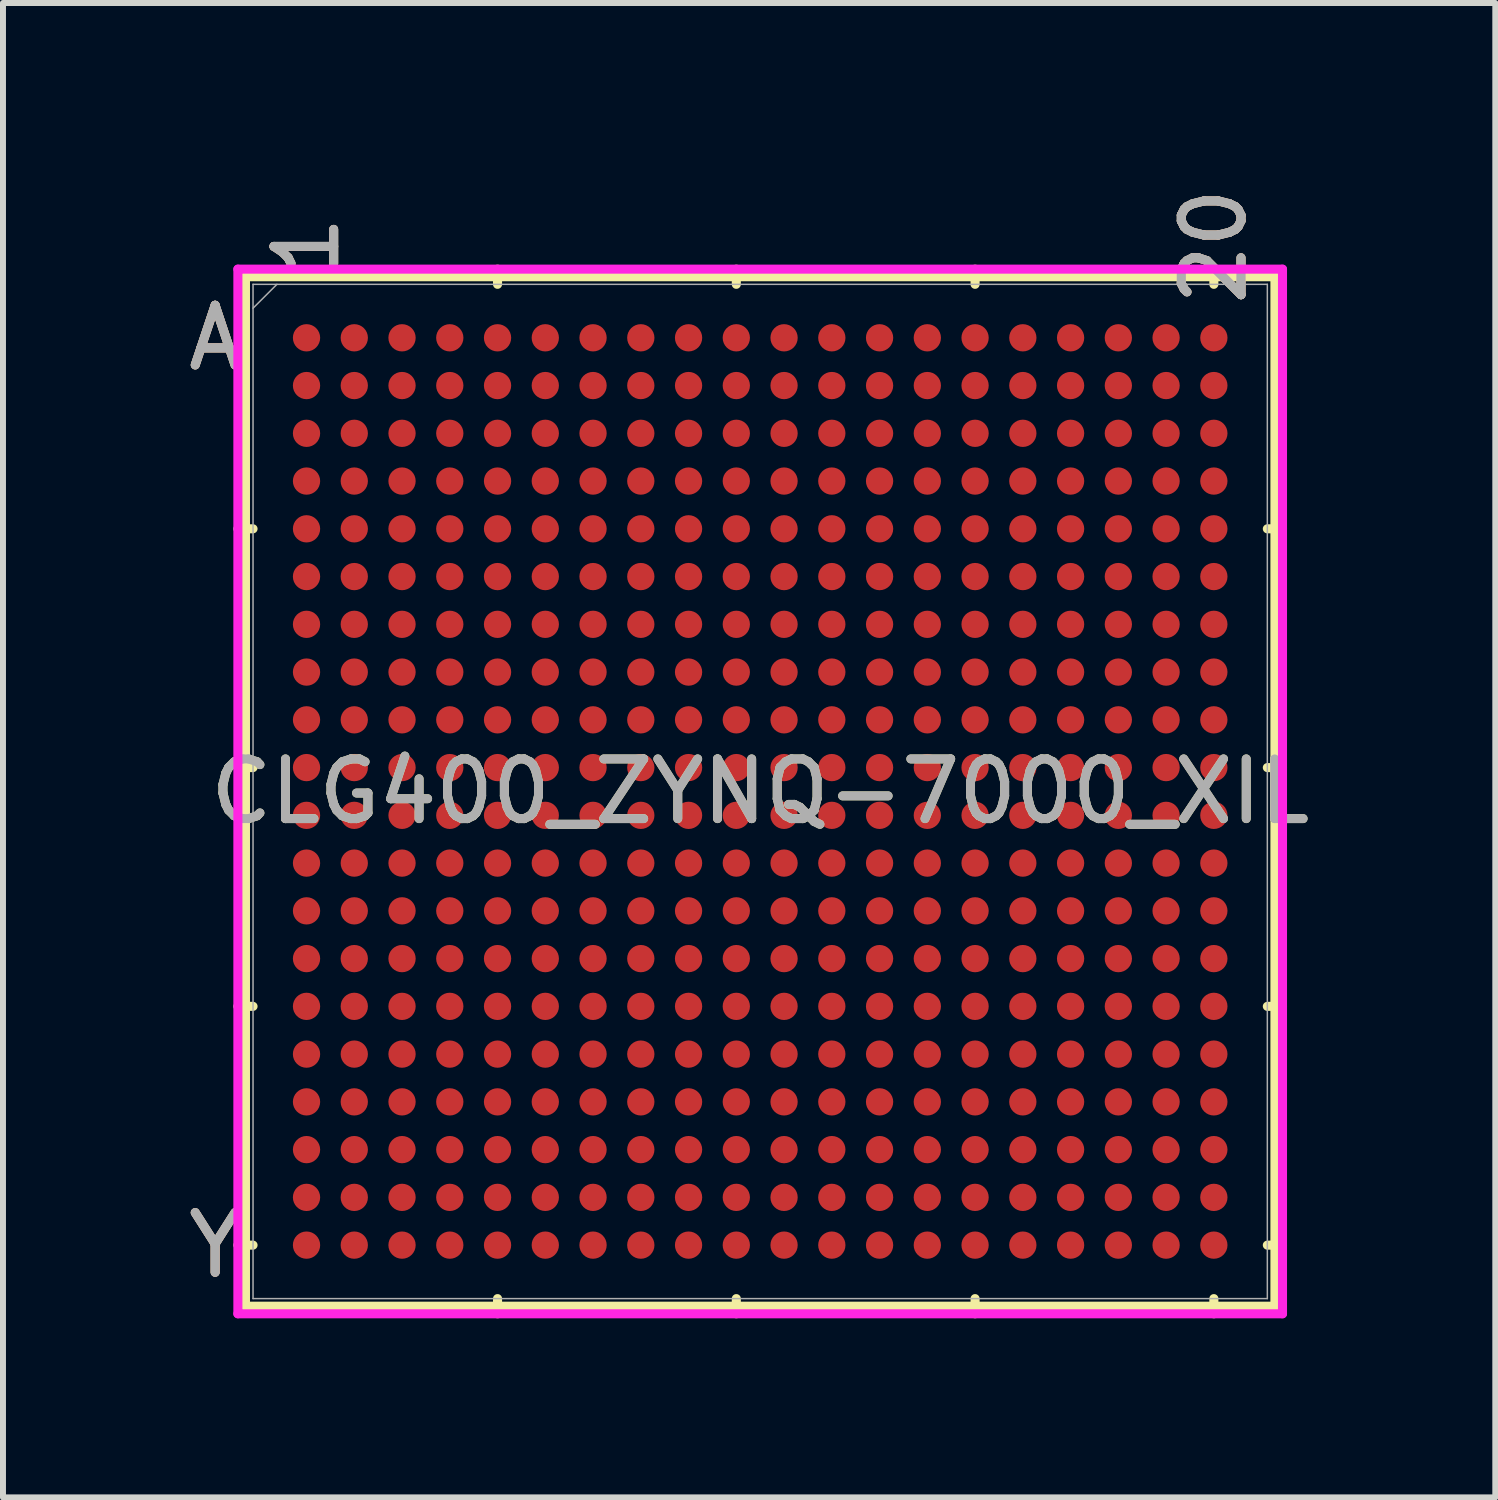
<source format=kicad_pcb>
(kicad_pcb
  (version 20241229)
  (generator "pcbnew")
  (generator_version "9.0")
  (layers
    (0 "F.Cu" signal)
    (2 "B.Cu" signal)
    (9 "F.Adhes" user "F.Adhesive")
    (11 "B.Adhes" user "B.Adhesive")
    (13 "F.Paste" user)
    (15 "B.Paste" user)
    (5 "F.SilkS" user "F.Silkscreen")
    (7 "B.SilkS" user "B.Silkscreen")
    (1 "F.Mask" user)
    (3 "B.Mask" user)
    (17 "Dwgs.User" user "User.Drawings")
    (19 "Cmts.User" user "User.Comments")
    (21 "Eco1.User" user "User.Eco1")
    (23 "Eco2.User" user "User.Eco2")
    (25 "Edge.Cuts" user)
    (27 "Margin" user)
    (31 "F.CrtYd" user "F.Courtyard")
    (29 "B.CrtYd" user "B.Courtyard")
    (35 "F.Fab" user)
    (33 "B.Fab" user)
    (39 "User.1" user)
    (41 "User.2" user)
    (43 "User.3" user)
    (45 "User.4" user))
  (footprint "CLG400_ZYNQ-7000_XIL"
    (layer "F.Cu")
    (at 9.685 10.209)
    (property "Reference" "CLG400_ZYNQ-7000_XIL" (at 0 0 0) (unlocked yes) (layer "F.SilkS") (effects (font (size 1 1) (thickness 0.15))))
    (attr smd)
    (fp_line (start -8.623 -8.623) (end -8.623 8.623) (stroke (width 0.152) (type solid)) (layer "F.SilkS"))
    (fp_line (start -8.623 8.623) (end 8.623 8.623) (stroke (width 0.152) (type solid)) (layer "F.SilkS"))
    (fp_line (start -8.496 -4.4) (end -8.75 -4.4) (stroke (width 0.152) (type solid)) (layer "F.SilkS"))
    (fp_line (start -8.496 -0.4) (end -8.75 -0.4) (stroke (width 0.152) (type solid)) (layer "F.SilkS"))
    (fp_line (start -8.496 3.6) (end -8.75 3.6) (stroke (width 0.152) (type solid)) (layer "F.SilkS"))
    (fp_line (start -8.496 7.6) (end -8.75 7.6) (stroke (width 0.152) (type solid)) (layer "F.SilkS"))
    (fp_line (start -4.4 -8.496) (end -4.4 -8.75) (stroke (width 0.152) (type solid)) (layer "F.SilkS"))
    (fp_line (start -4.4 8.496) (end -4.4 8.75) (stroke (width 0.152) (type solid)) (layer "F.SilkS"))
    (fp_line (start -0.4 -8.496) (end -0.4 -8.75) (stroke (width 0.152) (type solid)) (layer "F.SilkS"))
    (fp_line (start -0.4 8.496) (end -0.4 8.75) (stroke (width 0.152) (type solid)) (layer "F.SilkS"))
    (fp_line (start 3.6 -8.496) (end 3.6 -8.75) (stroke (width 0.152) (type solid)) (layer "F.SilkS"))
    (fp_line (start 3.6 8.496) (end 3.6 8.75) (stroke (width 0.152) (type solid)) (layer "F.SilkS"))
    (fp_line (start 7.6 -8.496) (end 7.6 -8.75) (stroke (width 0.152) (type solid)) (layer "F.SilkS"))
    (fp_line (start 7.6 8.496) (end 7.6 8.75) (stroke (width 0.152) (type solid)) (layer "F.SilkS"))
    (fp_line (start 8.496 -4.4) (end 8.75 -4.4) (stroke (width 0.152) (type solid)) (layer "F.SilkS"))
    (fp_line (start 8.496 -0.4) (end 8.75 -0.4) (stroke (width 0.152) (type solid)) (layer "F.SilkS"))
    (fp_line (start 8.496 3.6) (end 8.75 3.6) (stroke (width 0.152) (type solid)) (layer "F.SilkS"))
    (fp_line (start 8.496 7.6) (end 8.75 7.6) (stroke (width 0.152) (type solid)) (layer "F.SilkS"))
    (fp_line (start 8.623 -8.623) (end -8.623 -8.623) (stroke (width 0.152) (type solid)) (layer "F.SilkS"))
    (fp_line (start 8.623 8.623) (end 8.623 -8.623) (stroke (width 0.152) (type solid)) (layer "F.SilkS"))
    (fp_poly (pts (xy -8.444 -8.444) (xy 8.444 -8.444) (xy 8.444 8.444) (xy -8.444 8.444)) (stroke (width 0.1) (type solid)) (fill no) (layer "Eco2.User"))
    (fp_line (start -8.75 -8.75) (end 8.75 -8.75) (stroke (width 0.152) (type solid)) (layer "F.CrtYd"))
    (fp_line (start -8.75 8.75) (end -8.75 -8.75) (stroke (width 0.152) (type solid)) (layer "F.CrtYd"))
    (fp_line (start 8.75 -8.75) (end 8.75 8.75) (stroke (width 0.152) (type solid)) (layer "F.CrtYd"))
    (fp_line (start 8.75 8.75) (end -8.75 8.75) (stroke (width 0.152) (type solid)) (layer "F.CrtYd"))
    (fp_line (start -8.496 -8.496) (end -8.496 8.496) (stroke (width 0.025) (type solid)) (layer "F.Fab"))
    (fp_line (start -8.496 8.496) (end 8.496 8.496) (stroke (width 0.025) (type solid)) (layer "F.Fab"))
    (fp_line (start -8.096 -8.496) (end -8.496 -8.096) (stroke (width 0.025) (type solid)) (layer "F.Fab"))
    (fp_line (start 8.496 -8.496) (end -8.496 -8.496) (stroke (width 0.025) (type solid)) (layer "F.Fab"))
    (fp_line (start 8.496 8.496) (end 8.496 -8.496) (stroke (width 0.025) (type solid)) (layer "F.Fab"))
    (fp_text user "Y" (at -9.131 7.6 0) (unlocked yes) (layer "F.SilkS") (effects (font (size 1 1) (thickness 0.15))))
    (fp_text user "20" (at 7.6 -9.131 90) (unlocked yes) (layer "F.SilkS") (effects (font (size 1 1) (thickness 0.15))))
    (fp_text user "1" (at -7.6 -9.131 90) (unlocked yes) (layer "F.SilkS") (effects (font (size 1 1) (thickness 0.15))))
    (fp_text user "A" (at -9.131 -7.6 0) (unlocked yes) (layer "F.SilkS") (effects (font (size 1 1) (thickness 0.15))))
    (fp_text user "20" (at 7.6 -9.131 90) (unlocked yes) (layer "B.SilkS") (effects (font (size 1 1) (thickness 0.15))))
    (fp_text user "Y" (at -9.131 7.6 0) (unlocked yes) (layer "B.SilkS") (effects (font (size 1 1) (thickness 0.15))))
    (fp_text user "A" (at -9.131 -7.6 0) (unlocked yes) (layer "B.SilkS") (effects (font (size 1 1) (thickness 0.15))))
    (fp_text user "1" (at -7.6 -9.131 90) (unlocked yes) (layer "B.SilkS") (effects (font (size 1 1) (thickness 0.15))))
    (fp_text user "A" (at -9.131 -7.6 0) (unlocked yes) (layer "F.Fab") (effects (font (size 1 1) (thickness 0.15))))
    (fp_text user "Y" (at -9.131 7.6 0) (unlocked yes) (layer "F.Fab") (effects (font (size 1 1) (thickness 0.15))))
    (fp_text user "1" (at -7.6 -9.131 90) (unlocked yes) (layer "F.Fab") (effects (font (size 1 1) (thickness 0.15))))
    (fp_text user "20" (at 7.6 -9.131 90) (unlocked yes) (layer "F.Fab") (effects (font (size 1 1) (thickness 0.15))))
    (fp_text user "${REFERENCE}" (at 0 0 0) (unlocked yes) (layer "F.Fab") (effects (font (size 1 1) (thickness 0.15))))
    (pad "A1" smd circle (at -7.6 -7.6) (size 0.457 0.457) (layers "F.Cu" "F.Mask" "F.Paste"))
    (pad "A2" smd circle (at -6.8 -7.6) (size 0.457 0.457) (layers "F.Cu" "F.Mask" "F.Paste"))
    (pad "A3" smd circle (at -6 -7.6) (size 0.457 0.457) (layers "F.Cu" "F.Mask" "F.Paste"))
    (pad "A4" smd circle (at -5.2 -7.6) (size 0.457 0.457) (layers "F.Cu" "F.Mask" "F.Paste"))
    (pad "A5" smd circle (at -4.4 -7.6) (size 0.457 0.457) (layers "F.Cu" "F.Mask" "F.Paste"))
    (pad "A6" smd circle (at -3.6 -7.6) (size 0.457 0.457) (layers "F.Cu" "F.Mask" "F.Paste"))
    (pad "A7" smd circle (at -2.8 -7.6) (size 0.457 0.457) (layers "F.Cu" "F.Mask" "F.Paste"))
    (pad "A8" smd circle (at -2 -7.6) (size 0.457 0.457) (layers "F.Cu" "F.Mask" "F.Paste"))
    (pad "A9" smd circle (at -1.2 -7.6) (size 0.457 0.457) (layers "F.Cu" "F.Mask" "F.Paste"))
    (pad "A10" smd circle (at -0.4 -7.6) (size 0.457 0.457) (layers "F.Cu" "F.Mask" "F.Paste"))
    (pad "A11" smd circle (at 0.4 -7.6) (size 0.457 0.457) (layers "F.Cu" "F.Mask" "F.Paste"))
    (pad "A12" smd circle (at 1.2 -7.6) (size 0.457 0.457) (layers "F.Cu" "F.Mask" "F.Paste"))
    (pad "A13" smd circle (at 2 -7.6) (size 0.457 0.457) (layers "F.Cu" "F.Mask" "F.Paste"))
    (pad "A14" smd circle (at 2.8 -7.6) (size 0.457 0.457) (layers "F.Cu" "F.Mask" "F.Paste"))
    (pad "A15" smd circle (at 3.6 -7.6) (size 0.457 0.457) (layers "F.Cu" "F.Mask" "F.Paste"))
    (pad "A16" smd circle (at 4.4 -7.6) (size 0.457 0.457) (layers "F.Cu" "F.Mask" "F.Paste"))
    (pad "A17" smd circle (at 5.2 -7.6) (size 0.457 0.457) (layers "F.Cu" "F.Mask" "F.Paste"))
    (pad "A18" smd circle (at 6 -7.6) (size 0.457 0.457) (layers "F.Cu" "F.Mask" "F.Paste"))
    (pad "A19" smd circle (at 6.8 -7.6) (size 0.457 0.457) (layers "F.Cu" "F.Mask" "F.Paste"))
    (pad "A20" smd circle (at 7.6 -7.6) (size 0.457 0.457) (layers "F.Cu" "F.Mask" "F.Paste"))
    (pad "B1" smd circle (at -7.6 -6.8) (size 0.457 0.457) (layers "F.Cu" "F.Mask" "F.Paste"))
    (pad "B2" smd circle (at -6.8 -6.8) (size 0.457 0.457) (layers "F.Cu" "F.Mask" "F.Paste"))
    (pad "B3" smd circle (at -6 -6.8) (size 0.457 0.457) (layers "F.Cu" "F.Mask" "F.Paste"))
    (pad "B4" smd circle (at -5.2 -6.8) (size 0.457 0.457) (layers "F.Cu" "F.Mask" "F.Paste"))
    (pad "B5" smd circle (at -4.4 -6.8) (size 0.457 0.457) (layers "F.Cu" "F.Mask" "F.Paste"))
    (pad "B6" smd circle (at -3.6 -6.8) (size 0.457 0.457) (layers "F.Cu" "F.Mask" "F.Paste"))
    (pad "B7" smd circle (at -2.8 -6.8) (size 0.457 0.457) (layers "F.Cu" "F.Mask" "F.Paste"))
    (pad "B8" smd circle (at -2 -6.8) (size 0.457 0.457) (layers "F.Cu" "F.Mask" "F.Paste"))
    (pad "B9" smd circle (at -1.2 -6.8) (size 0.457 0.457) (layers "F.Cu" "F.Mask" "F.Paste"))
    (pad "B10" smd circle (at -0.4 -6.8) (size 0.457 0.457) (layers "F.Cu" "F.Mask" "F.Paste"))
    (pad "B11" smd circle (at 0.4 -6.8) (size 0.457 0.457) (layers "F.Cu" "F.Mask" "F.Paste"))
    (pad "B12" smd circle (at 1.2 -6.8) (size 0.457 0.457) (layers "F.Cu" "F.Mask" "F.Paste"))
    (pad "B13" smd circle (at 2 -6.8) (size 0.457 0.457) (layers "F.Cu" "F.Mask" "F.Paste"))
    (pad "B14" smd circle (at 2.8 -6.8) (size 0.457 0.457) (layers "F.Cu" "F.Mask" "F.Paste"))
    (pad "B15" smd circle (at 3.6 -6.8) (size 0.457 0.457) (layers "F.Cu" "F.Mask" "F.Paste"))
    (pad "B16" smd circle (at 4.4 -6.8) (size 0.457 0.457) (layers "F.Cu" "F.Mask" "F.Paste"))
    (pad "B17" smd circle (at 5.2 -6.8) (size 0.457 0.457) (layers "F.Cu" "F.Mask" "F.Paste"))
    (pad "B18" smd circle (at 6 -6.8) (size 0.457 0.457) (layers "F.Cu" "F.Mask" "F.Paste"))
    (pad "B19" smd circle (at 6.8 -6.8) (size 0.457 0.457) (layers "F.Cu" "F.Mask" "F.Paste"))
    (pad "B20" smd circle (at 7.6 -6.8) (size 0.457 0.457) (layers "F.Cu" "F.Mask" "F.Paste"))
    (pad "C1" smd circle (at -7.6 -6) (size 0.457 0.457) (layers "F.Cu" "F.Mask" "F.Paste"))
    (pad "C2" smd circle (at -6.8 -6) (size 0.457 0.457) (layers "F.Cu" "F.Mask" "F.Paste"))
    (pad "C3" smd circle (at -6 -6) (size 0.457 0.457) (layers "F.Cu" "F.Mask" "F.Paste"))
    (pad "C4" smd circle (at -5.2 -6) (size 0.457 0.457) (layers "F.Cu" "F.Mask" "F.Paste"))
    (pad "C5" smd circle (at -4.4 -6) (size 0.457 0.457) (layers "F.Cu" "F.Mask" "F.Paste"))
    (pad "C6" smd circle (at -3.6 -6) (size 0.457 0.457) (layers "F.Cu" "F.Mask" "F.Paste"))
    (pad "C7" smd circle (at -2.8 -6) (size 0.457 0.457) (layers "F.Cu" "F.Mask" "F.Paste"))
    (pad "C8" smd circle (at -2 -6) (size 0.457 0.457) (layers "F.Cu" "F.Mask" "F.Paste"))
    (pad "C9" smd circle (at -1.2 -6) (size 0.457 0.457) (layers "F.Cu" "F.Mask" "F.Paste"))
    (pad "C10" smd circle (at -0.4 -6) (size 0.457 0.457) (layers "F.Cu" "F.Mask" "F.Paste"))
    (pad "C11" smd circle (at 0.4 -6) (size 0.457 0.457) (layers "F.Cu" "F.Mask" "F.Paste"))
    (pad "C12" smd circle (at 1.2 -6) (size 0.457 0.457) (layers "F.Cu" "F.Mask" "F.Paste"))
    (pad "C13" smd circle (at 2 -6) (size 0.457 0.457) (layers "F.Cu" "F.Mask" "F.Paste"))
    (pad "C14" smd circle (at 2.8 -6) (size 0.457 0.457) (layers "F.Cu" "F.Mask" "F.Paste"))
    (pad "C15" smd circle (at 3.6 -6) (size 0.457 0.457) (layers "F.Cu" "F.Mask" "F.Paste"))
    (pad "C16" smd circle (at 4.4 -6) (size 0.457 0.457) (layers "F.Cu" "F.Mask" "F.Paste"))
    (pad "C17" smd circle (at 5.2 -6) (size 0.457 0.457) (layers "F.Cu" "F.Mask" "F.Paste"))
    (pad "C18" smd circle (at 6 -6) (size 0.457 0.457) (layers "F.Cu" "F.Mask" "F.Paste"))
    (pad "C19" smd circle (at 6.8 -6) (size 0.457 0.457) (layers "F.Cu" "F.Mask" "F.Paste"))
    (pad "C20" smd circle (at 7.6 -6) (size 0.457 0.457) (layers "F.Cu" "F.Mask" "F.Paste"))
    (pad "D1" smd circle (at -7.6 -5.2) (size 0.457 0.457) (layers "F.Cu" "F.Mask" "F.Paste"))
    (pad "D2" smd circle (at -6.8 -5.2) (size 0.457 0.457) (layers "F.Cu" "F.Mask" "F.Paste"))
    (pad "D3" smd circle (at -6 -5.2) (size 0.457 0.457) (layers "F.Cu" "F.Mask" "F.Paste"))
    (pad "D4" smd circle (at -5.2 -5.2) (size 0.457 0.457) (layers "F.Cu" "F.Mask" "F.Paste"))
    (pad "D5" smd circle (at -4.4 -5.2) (size 0.457 0.457) (layers "F.Cu" "F.Mask" "F.Paste"))
    (pad "D6" smd circle (at -3.6 -5.2) (size 0.457 0.457) (layers "F.Cu" "F.Mask" "F.Paste"))
    (pad "D7" smd circle (at -2.8 -5.2) (size 0.457 0.457) (layers "F.Cu" "F.Mask" "F.Paste"))
    (pad "D8" smd circle (at -2 -5.2) (size 0.457 0.457) (layers "F.Cu" "F.Mask" "F.Paste"))
    (pad "D9" smd circle (at -1.2 -5.2) (size 0.457 0.457) (layers "F.Cu" "F.Mask" "F.Paste"))
    (pad "D10" smd circle (at -0.4 -5.2) (size 0.457 0.457) (layers "F.Cu" "F.Mask" "F.Paste"))
    (pad "D11" smd circle (at 0.4 -5.2) (size 0.457 0.457) (layers "F.Cu" "F.Mask" "F.Paste"))
    (pad "D12" smd circle (at 1.2 -5.2) (size 0.457 0.457) (layers "F.Cu" "F.Mask" "F.Paste"))
    (pad "D13" smd circle (at 2 -5.2) (size 0.457 0.457) (layers "F.Cu" "F.Mask" "F.Paste"))
    (pad "D14" smd circle (at 2.8 -5.2) (size 0.457 0.457) (layers "F.Cu" "F.Mask" "F.Paste"))
    (pad "D15" smd circle (at 3.6 -5.2) (size 0.457 0.457) (layers "F.Cu" "F.Mask" "F.Paste"))
    (pad "D16" smd circle (at 4.4 -5.2) (size 0.457 0.457) (layers "F.Cu" "F.Mask" "F.Paste"))
    (pad "D17" smd circle (at 5.2 -5.2) (size 0.457 0.457) (layers "F.Cu" "F.Mask" "F.Paste"))
    (pad "D18" smd circle (at 6 -5.2) (size 0.457 0.457) (layers "F.Cu" "F.Mask" "F.Paste"))
    (pad "D19" smd circle (at 6.8 -5.2) (size 0.457 0.457) (layers "F.Cu" "F.Mask" "F.Paste"))
    (pad "D20" smd circle (at 7.6 -5.2) (size 0.457 0.457) (layers "F.Cu" "F.Mask" "F.Paste"))
    (pad "E1" smd circle (at -7.6 -4.4) (size 0.457 0.457) (layers "F.Cu" "F.Mask" "F.Paste"))
    (pad "E2" smd circle (at -6.8 -4.4) (size 0.457 0.457) (layers "F.Cu" "F.Mask" "F.Paste"))
    (pad "E3" smd circle (at -6 -4.4) (size 0.457 0.457) (layers "F.Cu" "F.Mask" "F.Paste"))
    (pad "E4" smd circle (at -5.2 -4.4) (size 0.457 0.457) (layers "F.Cu" "F.Mask" "F.Paste"))
    (pad "E5" smd circle (at -4.4 -4.4) (size 0.457 0.457) (layers "F.Cu" "F.Mask" "F.Paste"))
    (pad "E6" smd circle (at -3.6 -4.4) (size 0.457 0.457) (layers "F.Cu" "F.Mask" "F.Paste"))
    (pad "E7" smd circle (at -2.8 -4.4) (size 0.457 0.457) (layers "F.Cu" "F.Mask" "F.Paste"))
    (pad "E8" smd circle (at -2 -4.4) (size 0.457 0.457) (layers "F.Cu" "F.Mask" "F.Paste"))
    (pad "E9" smd circle (at -1.2 -4.4) (size 0.457 0.457) (layers "F.Cu" "F.Mask" "F.Paste"))
    (pad "E10" smd circle (at -0.4 -4.4) (size 0.457 0.457) (layers "F.Cu" "F.Mask" "F.Paste"))
    (pad "E11" smd circle (at 0.4 -4.4) (size 0.457 0.457) (layers "F.Cu" "F.Mask" "F.Paste"))
    (pad "E12" smd circle (at 1.2 -4.4) (size 0.457 0.457) (layers "F.Cu" "F.Mask" "F.Paste"))
    (pad "E13" smd circle (at 2 -4.4) (size 0.457 0.457) (layers "F.Cu" "F.Mask" "F.Paste"))
    (pad "E14" smd circle (at 2.8 -4.4) (size 0.457 0.457) (layers "F.Cu" "F.Mask" "F.Paste"))
    (pad "E15" smd circle (at 3.6 -4.4) (size 0.457 0.457) (layers "F.Cu" "F.Mask" "F.Paste"))
    (pad "E16" smd circle (at 4.4 -4.4) (size 0.457 0.457) (layers "F.Cu" "F.Mask" "F.Paste"))
    (pad "E17" smd circle (at 5.2 -4.4) (size 0.457 0.457) (layers "F.Cu" "F.Mask" "F.Paste"))
    (pad "E18" smd circle (at 6 -4.4) (size 0.457 0.457) (layers "F.Cu" "F.Mask" "F.Paste"))
    (pad "E19" smd circle (at 6.8 -4.4) (size 0.457 0.457) (layers "F.Cu" "F.Mask" "F.Paste"))
    (pad "E20" smd circle (at 7.6 -4.4) (size 0.457 0.457) (layers "F.Cu" "F.Mask" "F.Paste"))
    (pad "F1" smd circle (at -7.6 -3.6) (size 0.457 0.457) (layers "F.Cu" "F.Mask" "F.Paste"))
    (pad "F2" smd circle (at -6.8 -3.6) (size 0.457 0.457) (layers "F.Cu" "F.Mask" "F.Paste"))
    (pad "F3" smd circle (at -6 -3.6) (size 0.457 0.457) (layers "F.Cu" "F.Mask" "F.Paste"))
    (pad "F4" smd circle (at -5.2 -3.6) (size 0.457 0.457) (layers "F.Cu" "F.Mask" "F.Paste"))
    (pad "F5" smd circle (at -4.4 -3.6) (size 0.457 0.457) (layers "F.Cu" "F.Mask" "F.Paste"))
    (pad "F6" smd circle (at -3.6 -3.6) (size 0.457 0.457) (layers "F.Cu" "F.Mask" "F.Paste"))
    (pad "F7" smd circle (at -2.8 -3.6) (size 0.457 0.457) (layers "F.Cu" "F.Mask" "F.Paste"))
    (pad "F8" smd circle (at -2 -3.6) (size 0.457 0.457) (layers "F.Cu" "F.Mask" "F.Paste"))
    (pad "F9" smd circle (at -1.2 -3.6) (size 0.457 0.457) (layers "F.Cu" "F.Mask" "F.Paste"))
    (pad "F10" smd circle (at -0.4 -3.6) (size 0.457 0.457) (layers "F.Cu" "F.Mask" "F.Paste"))
    (pad "F11" smd circle (at 0.4 -3.6) (size 0.457 0.457) (layers "F.Cu" "F.Mask" "F.Paste"))
    (pad "F12" smd circle (at 1.2 -3.6) (size 0.457 0.457) (layers "F.Cu" "F.Mask" "F.Paste"))
    (pad "F13" smd circle (at 2 -3.6) (size 0.457 0.457) (layers "F.Cu" "F.Mask" "F.Paste"))
    (pad "F14" smd circle (at 2.8 -3.6) (size 0.457 0.457) (layers "F.Cu" "F.Mask" "F.Paste"))
    (pad "F15" smd circle (at 3.6 -3.6) (size 0.457 0.457) (layers "F.Cu" "F.Mask" "F.Paste"))
    (pad "F16" smd circle (at 4.4 -3.6) (size 0.457 0.457) (layers "F.Cu" "F.Mask" "F.Paste"))
    (pad "F17" smd circle (at 5.2 -3.6) (size 0.457 0.457) (layers "F.Cu" "F.Mask" "F.Paste"))
    (pad "F18" smd circle (at 6 -3.6) (size 0.457 0.457) (layers "F.Cu" "F.Mask" "F.Paste"))
    (pad "F19" smd circle (at 6.8 -3.6) (size 0.457 0.457) (layers "F.Cu" "F.Mask" "F.Paste"))
    (pad "F20" smd circle (at 7.6 -3.6) (size 0.457 0.457) (layers "F.Cu" "F.Mask" "F.Paste"))
    (pad "G1" smd circle (at -7.6 -2.8) (size 0.457 0.457) (layers "F.Cu" "F.Mask" "F.Paste"))
    (pad "G2" smd circle (at -6.8 -2.8) (size 0.457 0.457) (layers "F.Cu" "F.Mask" "F.Paste"))
    (pad "G3" smd circle (at -6 -2.8) (size 0.457 0.457) (layers "F.Cu" "F.Mask" "F.Paste"))
    (pad "G4" smd circle (at -5.2 -2.8) (size 0.457 0.457) (layers "F.Cu" "F.Mask" "F.Paste"))
    (pad "G5" smd circle (at -4.4 -2.8) (size 0.457 0.457) (layers "F.Cu" "F.Mask" "F.Paste"))
    (pad "G6" smd circle (at -3.6 -2.8) (size 0.457 0.457) (layers "F.Cu" "F.Mask" "F.Paste"))
    (pad "G7" smd circle (at -2.8 -2.8) (size 0.457 0.457) (layers "F.Cu" "F.Mask" "F.Paste"))
    (pad "G8" smd circle (at -2 -2.8) (size 0.457 0.457) (layers "F.Cu" "F.Mask" "F.Paste"))
    (pad "G9" smd circle (at -1.2 -2.8) (size 0.457 0.457) (layers "F.Cu" "F.Mask" "F.Paste"))
    (pad "G10" smd circle (at -0.4 -2.8) (size 0.457 0.457) (layers "F.Cu" "F.Mask" "F.Paste"))
    (pad "G11" smd circle (at 0.4 -2.8) (size 0.457 0.457) (layers "F.Cu" "F.Mask" "F.Paste"))
    (pad "G12" smd circle (at 1.2 -2.8) (size 0.457 0.457) (layers "F.Cu" "F.Mask" "F.Paste"))
    (pad "G13" smd circle (at 2 -2.8) (size 0.457 0.457) (layers "F.Cu" "F.Mask" "F.Paste"))
    (pad "G14" smd circle (at 2.8 -2.8) (size 0.457 0.457) (layers "F.Cu" "F.Mask" "F.Paste"))
    (pad "G15" smd circle (at 3.6 -2.8) (size 0.457 0.457) (layers "F.Cu" "F.Mask" "F.Paste"))
    (pad "G16" smd circle (at 4.4 -2.8) (size 0.457 0.457) (layers "F.Cu" "F.Mask" "F.Paste"))
    (pad "G17" smd circle (at 5.2 -2.8) (size 0.457 0.457) (layers "F.Cu" "F.Mask" "F.Paste"))
    (pad "G18" smd circle (at 6 -2.8) (size 0.457 0.457) (layers "F.Cu" "F.Mask" "F.Paste"))
    (pad "G19" smd circle (at 6.8 -2.8) (size 0.457 0.457) (layers "F.Cu" "F.Mask" "F.Paste"))
    (pad "G20" smd circle (at 7.6 -2.8) (size 0.457 0.457) (layers "F.Cu" "F.Mask" "F.Paste"))
    (pad "H1" smd circle (at -7.6 -2) (size 0.457 0.457) (layers "F.Cu" "F.Mask" "F.Paste"))
    (pad "H2" smd circle (at -6.8 -2) (size 0.457 0.457) (layers "F.Cu" "F.Mask" "F.Paste"))
    (pad "H3" smd circle (at -6 -2) (size 0.457 0.457) (layers "F.Cu" "F.Mask" "F.Paste"))
    (pad "H4" smd circle (at -5.2 -2) (size 0.457 0.457) (layers "F.Cu" "F.Mask" "F.Paste"))
    (pad "H5" smd circle (at -4.4 -2) (size 0.457 0.457) (layers "F.Cu" "F.Mask" "F.Paste"))
    (pad "H6" smd circle (at -3.6 -2) (size 0.457 0.457) (layers "F.Cu" "F.Mask" "F.Paste"))
    (pad "H7" smd circle (at -2.8 -2) (size 0.457 0.457) (layers "F.Cu" "F.Mask" "F.Paste"))
    (pad "H8" smd circle (at -2 -2) (size 0.457 0.457) (layers "F.Cu" "F.Mask" "F.Paste"))
    (pad "H9" smd circle (at -1.2 -2) (size 0.457 0.457) (layers "F.Cu" "F.Mask" "F.Paste"))
    (pad "H10" smd circle (at -0.4 -2) (size 0.457 0.457) (layers "F.Cu" "F.Mask" "F.Paste"))
    (pad "H11" smd circle (at 0.4 -2) (size 0.457 0.457) (layers "F.Cu" "F.Mask" "F.Paste"))
    (pad "H12" smd circle (at 1.2 -2) (size 0.457 0.457) (layers "F.Cu" "F.Mask" "F.Paste"))
    (pad "H13" smd circle (at 2 -2) (size 0.457 0.457) (layers "F.Cu" "F.Mask" "F.Paste"))
    (pad "H14" smd circle (at 2.8 -2) (size 0.457 0.457) (layers "F.Cu" "F.Mask" "F.Paste"))
    (pad "H15" smd circle (at 3.6 -2) (size 0.457 0.457) (layers "F.Cu" "F.Mask" "F.Paste"))
    (pad "H16" smd circle (at 4.4 -2) (size 0.457 0.457) (layers "F.Cu" "F.Mask" "F.Paste"))
    (pad "H17" smd circle (at 5.2 -2) (size 0.457 0.457) (layers "F.Cu" "F.Mask" "F.Paste"))
    (pad "H18" smd circle (at 6 -2) (size 0.457 0.457) (layers "F.Cu" "F.Mask" "F.Paste"))
    (pad "H19" smd circle (at 6.8 -2) (size 0.457 0.457) (layers "F.Cu" "F.Mask" "F.Paste"))
    (pad "H20" smd circle (at 7.6 -2) (size 0.457 0.457) (layers "F.Cu" "F.Mask" "F.Paste"))
    (pad "J1" smd circle (at -7.6 -1.2) (size 0.457 0.457) (layers "F.Cu" "F.Mask" "F.Paste"))
    (pad "J2" smd circle (at -6.8 -1.2) (size 0.457 0.457) (layers "F.Cu" "F.Mask" "F.Paste"))
    (pad "J3" smd circle (at -6 -1.2) (size 0.457 0.457) (layers "F.Cu" "F.Mask" "F.Paste"))
    (pad "J4" smd circle (at -5.2 -1.2) (size 0.457 0.457) (layers "F.Cu" "F.Mask" "F.Paste"))
    (pad "J5" smd circle (at -4.4 -1.2) (size 0.457 0.457) (layers "F.Cu" "F.Mask" "F.Paste"))
    (pad "J6" smd circle (at -3.6 -1.2) (size 0.457 0.457) (layers "F.Cu" "F.Mask" "F.Paste"))
    (pad "J7" smd circle (at -2.8 -1.2) (size 0.457 0.457) (layers "F.Cu" "F.Mask" "F.Paste"))
    (pad "J8" smd circle (at -2 -1.2) (size 0.457 0.457) (layers "F.Cu" "F.Mask" "F.Paste"))
    (pad "J9" smd circle (at -1.2 -1.2) (size 0.457 0.457) (layers "F.Cu" "F.Mask" "F.Paste"))
    (pad "J10" smd circle (at -0.4 -1.2) (size 0.457 0.457) (layers "F.Cu" "F.Mask" "F.Paste"))
    (pad "J11" smd circle (at 0.4 -1.2) (size 0.457 0.457) (layers "F.Cu" "F.Mask" "F.Paste"))
    (pad "J12" smd circle (at 1.2 -1.2) (size 0.457 0.457) (layers "F.Cu" "F.Mask" "F.Paste"))
    (pad "J13" smd circle (at 2 -1.2) (size 0.457 0.457) (layers "F.Cu" "F.Mask" "F.Paste"))
    (pad "J14" smd circle (at 2.8 -1.2) (size 0.457 0.457) (layers "F.Cu" "F.Mask" "F.Paste"))
    (pad "J15" smd circle (at 3.6 -1.2) (size 0.457 0.457) (layers "F.Cu" "F.Mask" "F.Paste"))
    (pad "J16" smd circle (at 4.4 -1.2) (size 0.457 0.457) (layers "F.Cu" "F.Mask" "F.Paste"))
    (pad "J17" smd circle (at 5.2 -1.2) (size 0.457 0.457) (layers "F.Cu" "F.Mask" "F.Paste"))
    (pad "J18" smd circle (at 6 -1.2) (size 0.457 0.457) (layers "F.Cu" "F.Mask" "F.Paste"))
    (pad "J19" smd circle (at 6.8 -1.2) (size 0.457 0.457) (layers "F.Cu" "F.Mask" "F.Paste"))
    (pad "J20" smd circle (at 7.6 -1.2) (size 0.457 0.457) (layers "F.Cu" "F.Mask" "F.Paste"))
    (pad "K1" smd circle (at -7.6 -0.4) (size 0.457 0.457) (layers "F.Cu" "F.Mask" "F.Paste"))
    (pad "K2" smd circle (at -6.8 -0.4) (size 0.457 0.457) (layers "F.Cu" "F.Mask" "F.Paste"))
    (pad "K3" smd circle (at -6 -0.4) (size 0.457 0.457) (layers "F.Cu" "F.Mask" "F.Paste"))
    (pad "K4" smd circle (at -5.2 -0.4) (size 0.457 0.457) (layers "F.Cu" "F.Mask" "F.Paste"))
    (pad "K5" smd circle (at -4.4 -0.4) (size 0.457 0.457) (layers "F.Cu" "F.Mask" "F.Paste"))
    (pad "K6" smd circle (at -3.6 -0.4) (size 0.457 0.457) (layers "F.Cu" "F.Mask" "F.Paste"))
    (pad "K7" smd circle (at -2.8 -0.4) (size 0.457 0.457) (layers "F.Cu" "F.Mask" "F.Paste"))
    (pad "K8" smd circle (at -2 -0.4) (size 0.457 0.457) (layers "F.Cu" "F.Mask" "F.Paste"))
    (pad "K9" smd circle (at -1.2 -0.4) (size 0.457 0.457) (layers "F.Cu" "F.Mask" "F.Paste"))
    (pad "K10" smd circle (at -0.4 -0.4) (size 0.457 0.457) (layers "F.Cu" "F.Mask" "F.Paste"))
    (pad "K11" smd circle (at 0.4 -0.4) (size 0.457 0.457) (layers "F.Cu" "F.Mask" "F.Paste"))
    (pad "K12" smd circle (at 1.2 -0.4) (size 0.457 0.457) (layers "F.Cu" "F.Mask" "F.Paste"))
    (pad "K13" smd circle (at 2 -0.4) (size 0.457 0.457) (layers "F.Cu" "F.Mask" "F.Paste"))
    (pad "K14" smd circle (at 2.8 -0.4) (size 0.457 0.457) (layers "F.Cu" "F.Mask" "F.Paste"))
    (pad "K15" smd circle (at 3.6 -0.4) (size 0.457 0.457) (layers "F.Cu" "F.Mask" "F.Paste"))
    (pad "K16" smd circle (at 4.4 -0.4) (size 0.457 0.457) (layers "F.Cu" "F.Mask" "F.Paste"))
    (pad "K17" smd circle (at 5.2 -0.4) (size 0.457 0.457) (layers "F.Cu" "F.Mask" "F.Paste"))
    (pad "K18" smd circle (at 6 -0.4) (size 0.457 0.457) (layers "F.Cu" "F.Mask" "F.Paste"))
    (pad "K19" smd circle (at 6.8 -0.4) (size 0.457 0.457) (layers "F.Cu" "F.Mask" "F.Paste"))
    (pad "K20" smd circle (at 7.6 -0.4) (size 0.457 0.457) (layers "F.Cu" "F.Mask" "F.Paste"))
    (pad "L1" smd circle (at -7.6 0.4) (size 0.457 0.457) (layers "F.Cu" "F.Mask" "F.Paste"))
    (pad "L2" smd circle (at -6.8 0.4) (size 0.457 0.457) (layers "F.Cu" "F.Mask" "F.Paste"))
    (pad "L3" smd circle (at -6 0.4) (size 0.457 0.457) (layers "F.Cu" "F.Mask" "F.Paste"))
    (pad "L4" smd circle (at -5.2 0.4) (size 0.457 0.457) (layers "F.Cu" "F.Mask" "F.Paste"))
    (pad "L5" smd circle (at -4.4 0.4) (size 0.457 0.457) (layers "F.Cu" "F.Mask" "F.Paste"))
    (pad "L6" smd circle (at -3.6 0.4) (size 0.457 0.457) (layers "F.Cu" "F.Mask" "F.Paste"))
    (pad "L7" smd circle (at -2.8 0.4) (size 0.457 0.457) (layers "F.Cu" "F.Mask" "F.Paste"))
    (pad "L8" smd circle (at -2 0.4) (size 0.457 0.457) (layers "F.Cu" "F.Mask" "F.Paste"))
    (pad "L9" smd circle (at -1.2 0.4) (size 0.457 0.457) (layers "F.Cu" "F.Mask" "F.Paste"))
    (pad "L10" smd circle (at -0.4 0.4) (size 0.457 0.457) (layers "F.Cu" "F.Mask" "F.Paste"))
    (pad "L11" smd circle (at 0.4 0.4) (size 0.457 0.457) (layers "F.Cu" "F.Mask" "F.Paste"))
    (pad "L12" smd circle (at 1.2 0.4) (size 0.457 0.457) (layers "F.Cu" "F.Mask" "F.Paste"))
    (pad "L13" smd circle (at 2 0.4) (size 0.457 0.457) (layers "F.Cu" "F.Mask" "F.Paste"))
    (pad "L14" smd circle (at 2.8 0.4) (size 0.457 0.457) (layers "F.Cu" "F.Mask" "F.Paste"))
    (pad "L15" smd circle (at 3.6 0.4) (size 0.457 0.457) (layers "F.Cu" "F.Mask" "F.Paste"))
    (pad "L16" smd circle (at 4.4 0.4) (size 0.457 0.457) (layers "F.Cu" "F.Mask" "F.Paste"))
    (pad "L17" smd circle (at 5.2 0.4) (size 0.457 0.457) (layers "F.Cu" "F.Mask" "F.Paste"))
    (pad "L18" smd circle (at 6 0.4) (size 0.457 0.457) (layers "F.Cu" "F.Mask" "F.Paste"))
    (pad "L19" smd circle (at 6.8 0.4) (size 0.457 0.457) (layers "F.Cu" "F.Mask" "F.Paste"))
    (pad "L20" smd circle (at 7.6 0.4) (size 0.457 0.457) (layers "F.Cu" "F.Mask" "F.Paste"))
    (pad "M1" smd circle (at -7.6 1.2) (size 0.457 0.457) (layers "F.Cu" "F.Mask" "F.Paste"))
    (pad "M2" smd circle (at -6.8 1.2) (size 0.457 0.457) (layers "F.Cu" "F.Mask" "F.Paste"))
    (pad "M3" smd circle (at -6 1.2) (size 0.457 0.457) (layers "F.Cu" "F.Mask" "F.Paste"))
    (pad "M4" smd circle (at -5.2 1.2) (size 0.457 0.457) (layers "F.Cu" "F.Mask" "F.Paste"))
    (pad "M5" smd circle (at -4.4 1.2) (size 0.457 0.457) (layers "F.Cu" "F.Mask" "F.Paste"))
    (pad "M6" smd circle (at -3.6 1.2) (size 0.457 0.457) (layers "F.Cu" "F.Mask" "F.Paste"))
    (pad "M7" smd circle (at -2.8 1.2) (size 0.457 0.457) (layers "F.Cu" "F.Mask" "F.Paste"))
    (pad "M8" smd circle (at -2 1.2) (size 0.457 0.457) (layers "F.Cu" "F.Mask" "F.Paste"))
    (pad "M9" smd circle (at -1.2 1.2) (size 0.457 0.457) (layers "F.Cu" "F.Mask" "F.Paste"))
    (pad "M10" smd circle (at -0.4 1.2) (size 0.457 0.457) (layers "F.Cu" "F.Mask" "F.Paste"))
    (pad "M11" smd circle (at 0.4 1.2) (size 0.457 0.457) (layers "F.Cu" "F.Mask" "F.Paste"))
    (pad "M12" smd circle (at 1.2 1.2) (size 0.457 0.457) (layers "F.Cu" "F.Mask" "F.Paste"))
    (pad "M13" smd circle (at 2 1.2) (size 0.457 0.457) (layers "F.Cu" "F.Mask" "F.Paste"))
    (pad "M14" smd circle (at 2.8 1.2) (size 0.457 0.457) (layers "F.Cu" "F.Mask" "F.Paste"))
    (pad "M15" smd circle (at 3.6 1.2) (size 0.457 0.457) (layers "F.Cu" "F.Mask" "F.Paste"))
    (pad "M16" smd circle (at 4.4 1.2) (size 0.457 0.457) (layers "F.Cu" "F.Mask" "F.Paste"))
    (pad "M17" smd circle (at 5.2 1.2) (size 0.457 0.457) (layers "F.Cu" "F.Mask" "F.Paste"))
    (pad "M18" smd circle (at 6 1.2) (size 0.457 0.457) (layers "F.Cu" "F.Mask" "F.Paste"))
    (pad "M19" smd circle (at 6.8 1.2) (size 0.457 0.457) (layers "F.Cu" "F.Mask" "F.Paste"))
    (pad "M20" smd circle (at 7.6 1.2) (size 0.457 0.457) (layers "F.Cu" "F.Mask" "F.Paste"))
    (pad "N1" smd circle (at -7.6 2) (size 0.457 0.457) (layers "F.Cu" "F.Mask" "F.Paste"))
    (pad "N2" smd circle (at -6.8 2) (size 0.457 0.457) (layers "F.Cu" "F.Mask" "F.Paste"))
    (pad "N3" smd circle (at -6 2) (size 0.457 0.457) (layers "F.Cu" "F.Mask" "F.Paste"))
    (pad "N4" smd circle (at -5.2 2) (size 0.457 0.457) (layers "F.Cu" "F.Mask" "F.Paste"))
    (pad "N5" smd circle (at -4.4 2) (size 0.457 0.457) (layers "F.Cu" "F.Mask" "F.Paste"))
    (pad "N6" smd circle (at -3.6 2) (size 0.457 0.457) (layers "F.Cu" "F.Mask" "F.Paste"))
    (pad "N7" smd circle (at -2.8 2) (size 0.457 0.457) (layers "F.Cu" "F.Mask" "F.Paste"))
    (pad "N8" smd circle (at -2 2) (size 0.457 0.457) (layers "F.Cu" "F.Mask" "F.Paste"))
    (pad "N9" smd circle (at -1.2 2) (size 0.457 0.457) (layers "F.Cu" "F.Mask" "F.Paste"))
    (pad "N10" smd circle (at -0.4 2) (size 0.457 0.457) (layers "F.Cu" "F.Mask" "F.Paste"))
    (pad "N11" smd circle (at 0.4 2) (size 0.457 0.457) (layers "F.Cu" "F.Mask" "F.Paste"))
    (pad "N12" smd circle (at 1.2 2) (size 0.457 0.457) (layers "F.Cu" "F.Mask" "F.Paste"))
    (pad "N13" smd circle (at 2 2) (size 0.457 0.457) (layers "F.Cu" "F.Mask" "F.Paste"))
    (pad "N14" smd circle (at 2.8 2) (size 0.457 0.457) (layers "F.Cu" "F.Mask" "F.Paste"))
    (pad "N15" smd circle (at 3.6 2) (size 0.457 0.457) (layers "F.Cu" "F.Mask" "F.Paste"))
    (pad "N16" smd circle (at 4.4 2) (size 0.457 0.457) (layers "F.Cu" "F.Mask" "F.Paste"))
    (pad "N17" smd circle (at 5.2 2) (size 0.457 0.457) (layers "F.Cu" "F.Mask" "F.Paste"))
    (pad "N18" smd circle (at 6 2) (size 0.457 0.457) (layers "F.Cu" "F.Mask" "F.Paste"))
    (pad "N19" smd circle (at 6.8 2) (size 0.457 0.457) (layers "F.Cu" "F.Mask" "F.Paste"))
    (pad "N20" smd circle (at 7.6 2) (size 0.457 0.457) (layers "F.Cu" "F.Mask" "F.Paste"))
    (pad "P1" smd circle (at -7.6 2.8) (size 0.457 0.457) (layers "F.Cu" "F.Mask" "F.Paste"))
    (pad "P2" smd circle (at -6.8 2.8) (size 0.457 0.457) (layers "F.Cu" "F.Mask" "F.Paste"))
    (pad "P3" smd circle (at -6 2.8) (size 0.457 0.457) (layers "F.Cu" "F.Mask" "F.Paste"))
    (pad "P4" smd circle (at -5.2 2.8) (size 0.457 0.457) (layers "F.Cu" "F.Mask" "F.Paste"))
    (pad "P5" smd circle (at -4.4 2.8) (size 0.457 0.457) (layers "F.Cu" "F.Mask" "F.Paste"))
    (pad "P6" smd circle (at -3.6 2.8) (size 0.457 0.457) (layers "F.Cu" "F.Mask" "F.Paste"))
    (pad "P7" smd circle (at -2.8 2.8) (size 0.457 0.457) (layers "F.Cu" "F.Mask" "F.Paste"))
    (pad "P8" smd circle (at -2 2.8) (size 0.457 0.457) (layers "F.Cu" "F.Mask" "F.Paste"))
    (pad "P9" smd circle (at -1.2 2.8) (size 0.457 0.457) (layers "F.Cu" "F.Mask" "F.Paste"))
    (pad "P10" smd circle (at -0.4 2.8) (size 0.457 0.457) (layers "F.Cu" "F.Mask" "F.Paste"))
    (pad "P11" smd circle (at 0.4 2.8) (size 0.457 0.457) (layers "F.Cu" "F.Mask" "F.Paste"))
    (pad "P12" smd circle (at 1.2 2.8) (size 0.457 0.457) (layers "F.Cu" "F.Mask" "F.Paste"))
    (pad "P13" smd circle (at 2 2.8) (size 0.457 0.457) (layers "F.Cu" "F.Mask" "F.Paste"))
    (pad "P14" smd circle (at 2.8 2.8) (size 0.457 0.457) (layers "F.Cu" "F.Mask" "F.Paste"))
    (pad "P15" smd circle (at 3.6 2.8) (size 0.457 0.457) (layers "F.Cu" "F.Mask" "F.Paste"))
    (pad "P16" smd circle (at 4.4 2.8) (size 0.457 0.457) (layers "F.Cu" "F.Mask" "F.Paste"))
    (pad "P17" smd circle (at 5.2 2.8) (size 0.457 0.457) (layers "F.Cu" "F.Mask" "F.Paste"))
    (pad "P18" smd circle (at 6 2.8) (size 0.457 0.457) (layers "F.Cu" "F.Mask" "F.Paste"))
    (pad "P19" smd circle (at 6.8 2.8) (size 0.457 0.457) (layers "F.Cu" "F.Mask" "F.Paste"))
    (pad "P20" smd circle (at 7.6 2.8) (size 0.457 0.457) (layers "F.Cu" "F.Mask" "F.Paste"))
    (pad "R1" smd circle (at -7.6 3.6) (size 0.457 0.457) (layers "F.Cu" "F.Mask" "F.Paste"))
    (pad "R2" smd circle (at -6.8 3.6) (size 0.457 0.457) (layers "F.Cu" "F.Mask" "F.Paste"))
    (pad "R3" smd circle (at -6 3.6) (size 0.457 0.457) (layers "F.Cu" "F.Mask" "F.Paste"))
    (pad "R4" smd circle (at -5.2 3.6) (size 0.457 0.457) (layers "F.Cu" "F.Mask" "F.Paste"))
    (pad "R5" smd circle (at -4.4 3.6) (size 0.457 0.457) (layers "F.Cu" "F.Mask" "F.Paste"))
    (pad "R6" smd circle (at -3.6 3.6) (size 0.457 0.457) (layers "F.Cu" "F.Mask" "F.Paste"))
    (pad "R7" smd circle (at -2.8 3.6) (size 0.457 0.457) (layers "F.Cu" "F.Mask" "F.Paste"))
    (pad "R8" smd circle (at -2 3.6) (size 0.457 0.457) (layers "F.Cu" "F.Mask" "F.Paste"))
    (pad "R9" smd circle (at -1.2 3.6) (size 0.457 0.457) (layers "F.Cu" "F.Mask" "F.Paste"))
    (pad "R10" smd circle (at -0.4 3.6) (size 0.457 0.457) (layers "F.Cu" "F.Mask" "F.Paste"))
    (pad "R11" smd circle (at 0.4 3.6) (size 0.457 0.457) (layers "F.Cu" "F.Mask" "F.Paste"))
    (pad "R12" smd circle (at 1.2 3.6) (size 0.457 0.457) (layers "F.Cu" "F.Mask" "F.Paste"))
    (pad "R13" smd circle (at 2 3.6) (size 0.457 0.457) (layers "F.Cu" "F.Mask" "F.Paste"))
    (pad "R14" smd circle (at 2.8 3.6) (size 0.457 0.457) (layers "F.Cu" "F.Mask" "F.Paste"))
    (pad "R15" smd circle (at 3.6 3.6) (size 0.457 0.457) (layers "F.Cu" "F.Mask" "F.Paste"))
    (pad "R16" smd circle (at 4.4 3.6) (size 0.457 0.457) (layers "F.Cu" "F.Mask" "F.Paste"))
    (pad "R17" smd circle (at 5.2 3.6) (size 0.457 0.457) (layers "F.Cu" "F.Mask" "F.Paste"))
    (pad "R18" smd circle (at 6 3.6) (size 0.457 0.457) (layers "F.Cu" "F.Mask" "F.Paste"))
    (pad "R19" smd circle (at 6.8 3.6) (size 0.457 0.457) (layers "F.Cu" "F.Mask" "F.Paste"))
    (pad "R20" smd circle (at 7.6 3.6) (size 0.457 0.457) (layers "F.Cu" "F.Mask" "F.Paste"))
    (pad "T1" smd circle (at -7.6 4.4) (size 0.457 0.457) (layers "F.Cu" "F.Mask" "F.Paste"))
    (pad "T2" smd circle (at -6.8 4.4) (size 0.457 0.457) (layers "F.Cu" "F.Mask" "F.Paste"))
    (pad "T3" smd circle (at -6 4.4) (size 0.457 0.457) (layers "F.Cu" "F.Mask" "F.Paste"))
    (pad "T4" smd circle (at -5.2 4.4) (size 0.457 0.457) (layers "F.Cu" "F.Mask" "F.Paste"))
    (pad "T5" smd circle (at -4.4 4.4) (size 0.457 0.457) (layers "F.Cu" "F.Mask" "F.Paste"))
    (pad "T6" smd circle (at -3.6 4.4) (size 0.457 0.457) (layers "F.Cu" "F.Mask" "F.Paste"))
    (pad "T7" smd circle (at -2.8 4.4) (size 0.457 0.457) (layers "F.Cu" "F.Mask" "F.Paste"))
    (pad "T8" smd circle (at -2 4.4) (size 0.457 0.457) (layers "F.Cu" "F.Mask" "F.Paste"))
    (pad "T9" smd circle (at -1.2 4.4) (size 0.457 0.457) (layers "F.Cu" "F.Mask" "F.Paste"))
    (pad "T10" smd circle (at -0.4 4.4) (size 0.457 0.457) (layers "F.Cu" "F.Mask" "F.Paste"))
    (pad "T11" smd circle (at 0.4 4.4) (size 0.457 0.457) (layers "F.Cu" "F.Mask" "F.Paste"))
    (pad "T12" smd circle (at 1.2 4.4) (size 0.457 0.457) (layers "F.Cu" "F.Mask" "F.Paste"))
    (pad "T13" smd circle (at 2 4.4) (size 0.457 0.457) (layers "F.Cu" "F.Mask" "F.Paste"))
    (pad "T14" smd circle (at 2.8 4.4) (size 0.457 0.457) (layers "F.Cu" "F.Mask" "F.Paste"))
    (pad "T15" smd circle (at 3.6 4.4) (size 0.457 0.457) (layers "F.Cu" "F.Mask" "F.Paste"))
    (pad "T16" smd circle (at 4.4 4.4) (size 0.457 0.457) (layers "F.Cu" "F.Mask" "F.Paste"))
    (pad "T17" smd circle (at 5.2 4.4) (size 0.457 0.457) (layers "F.Cu" "F.Mask" "F.Paste"))
    (pad "T18" smd circle (at 6 4.4) (size 0.457 0.457) (layers "F.Cu" "F.Mask" "F.Paste"))
    (pad "T19" smd circle (at 6.8 4.4) (size 0.457 0.457) (layers "F.Cu" "F.Mask" "F.Paste"))
    (pad "T20" smd circle (at 7.6 4.4) (size 0.457 0.457) (layers "F.Cu" "F.Mask" "F.Paste"))
    (pad "U1" smd circle (at -7.6 5.2) (size 0.457 0.457) (layers "F.Cu" "F.Mask" "F.Paste"))
    (pad "U2" smd circle (at -6.8 5.2) (size 0.457 0.457) (layers "F.Cu" "F.Mask" "F.Paste"))
    (pad "U3" smd circle (at -6 5.2) (size 0.457 0.457) (layers "F.Cu" "F.Mask" "F.Paste"))
    (pad "U4" smd circle (at -5.2 5.2) (size 0.457 0.457) (layers "F.Cu" "F.Mask" "F.Paste"))
    (pad "U5" smd circle (at -4.4 5.2) (size 0.457 0.457) (layers "F.Cu" "F.Mask" "F.Paste"))
    (pad "U6" smd circle (at -3.6 5.2) (size 0.457 0.457) (layers "F.Cu" "F.Mask" "F.Paste"))
    (pad "U7" smd circle (at -2.8 5.2) (size 0.457 0.457) (layers "F.Cu" "F.Mask" "F.Paste"))
    (pad "U8" smd circle (at -2 5.2) (size 0.457 0.457) (layers "F.Cu" "F.Mask" "F.Paste"))
    (pad "U9" smd circle (at -1.2 5.2) (size 0.457 0.457) (layers "F.Cu" "F.Mask" "F.Paste"))
    (pad "U10" smd circle (at -0.4 5.2) (size 0.457 0.457) (layers "F.Cu" "F.Mask" "F.Paste"))
    (pad "U11" smd circle (at 0.4 5.2) (size 0.457 0.457) (layers "F.Cu" "F.Mask" "F.Paste"))
    (pad "U12" smd circle (at 1.2 5.2) (size 0.457 0.457) (layers "F.Cu" "F.Mask" "F.Paste"))
    (pad "U13" smd circle (at 2 5.2) (size 0.457 0.457) (layers "F.Cu" "F.Mask" "F.Paste"))
    (pad "U14" smd circle (at 2.8 5.2) (size 0.457 0.457) (layers "F.Cu" "F.Mask" "F.Paste"))
    (pad "U15" smd circle (at 3.6 5.2) (size 0.457 0.457) (layers "F.Cu" "F.Mask" "F.Paste"))
    (pad "U16" smd circle (at 4.4 5.2) (size 0.457 0.457) (layers "F.Cu" "F.Mask" "F.Paste"))
    (pad "U17" smd circle (at 5.2 5.2) (size 0.457 0.457) (layers "F.Cu" "F.Mask" "F.Paste"))
    (pad "U18" smd circle (at 6 5.2) (size 0.457 0.457) (layers "F.Cu" "F.Mask" "F.Paste"))
    (pad "U19" smd circle (at 6.8 5.2) (size 0.457 0.457) (layers "F.Cu" "F.Mask" "F.Paste"))
    (pad "U20" smd circle (at 7.6 5.2) (size 0.457 0.457) (layers "F.Cu" "F.Mask" "F.Paste"))
    (pad "V1" smd circle (at -7.6 6) (size 0.457 0.457) (layers "F.Cu" "F.Mask" "F.Paste"))
    (pad "V2" smd circle (at -6.8 6) (size 0.457 0.457) (layers "F.Cu" "F.Mask" "F.Paste"))
    (pad "V3" smd circle (at -6 6) (size 0.457 0.457) (layers "F.Cu" "F.Mask" "F.Paste"))
    (pad "V4" smd circle (at -5.2 6) (size 0.457 0.457) (layers "F.Cu" "F.Mask" "F.Paste"))
    (pad "V5" smd circle (at -4.4 6) (size 0.457 0.457) (layers "F.Cu" "F.Mask" "F.Paste"))
    (pad "V6" smd circle (at -3.6 6) (size 0.457 0.457) (layers "F.Cu" "F.Mask" "F.Paste"))
    (pad "V7" smd circle (at -2.8 6) (size 0.457 0.457) (layers "F.Cu" "F.Mask" "F.Paste"))
    (pad "V8" smd circle (at -2 6) (size 0.457 0.457) (layers "F.Cu" "F.Mask" "F.Paste"))
    (pad "V9" smd circle (at -1.2 6) (size 0.457 0.457) (layers "F.Cu" "F.Mask" "F.Paste"))
    (pad "V10" smd circle (at -0.4 6) (size 0.457 0.457) (layers "F.Cu" "F.Mask" "F.Paste"))
    (pad "V11" smd circle (at 0.4 6) (size 0.457 0.457) (layers "F.Cu" "F.Mask" "F.Paste"))
    (pad "V12" smd circle (at 1.2 6) (size 0.457 0.457) (layers "F.Cu" "F.Mask" "F.Paste"))
    (pad "V13" smd circle (at 2 6) (size 0.457 0.457) (layers "F.Cu" "F.Mask" "F.Paste"))
    (pad "V14" smd circle (at 2.8 6) (size 0.457 0.457) (layers "F.Cu" "F.Mask" "F.Paste"))
    (pad "V15" smd circle (at 3.6 6) (size 0.457 0.457) (layers "F.Cu" "F.Mask" "F.Paste"))
    (pad "V16" smd circle (at 4.4 6) (size 0.457 0.457) (layers "F.Cu" "F.Mask" "F.Paste"))
    (pad "V17" smd circle (at 5.2 6) (size 0.457 0.457) (layers "F.Cu" "F.Mask" "F.Paste"))
    (pad "V18" smd circle (at 6 6) (size 0.457 0.457) (layers "F.Cu" "F.Mask" "F.Paste"))
    (pad "V19" smd circle (at 6.8 6) (size 0.457 0.457) (layers "F.Cu" "F.Mask" "F.Paste"))
    (pad "V20" smd circle (at 7.6 6) (size 0.457 0.457) (layers "F.Cu" "F.Mask" "F.Paste"))
    (pad "W1" smd circle (at -7.6 6.8) (size 0.457 0.457) (layers "F.Cu" "F.Mask" "F.Paste"))
    (pad "W2" smd circle (at -6.8 6.8) (size 0.457 0.457) (layers "F.Cu" "F.Mask" "F.Paste"))
    (pad "W3" smd circle (at -6 6.8) (size 0.457 0.457) (layers "F.Cu" "F.Mask" "F.Paste"))
    (pad "W4" smd circle (at -5.2 6.8) (size 0.457 0.457) (layers "F.Cu" "F.Mask" "F.Paste"))
    (pad "W5" smd circle (at -4.4 6.8) (size 0.457 0.457) (layers "F.Cu" "F.Mask" "F.Paste"))
    (pad "W6" smd circle (at -3.6 6.8) (size 0.457 0.457) (layers "F.Cu" "F.Mask" "F.Paste"))
    (pad "W7" smd circle (at -2.8 6.8) (size 0.457 0.457) (layers "F.Cu" "F.Mask" "F.Paste"))
    (pad "W8" smd circle (at -2 6.8) (size 0.457 0.457) (layers "F.Cu" "F.Mask" "F.Paste"))
    (pad "W9" smd circle (at -1.2 6.8) (size 0.457 0.457) (layers "F.Cu" "F.Mask" "F.Paste"))
    (pad "W10" smd circle (at -0.4 6.8) (size 0.457 0.457) (layers "F.Cu" "F.Mask" "F.Paste"))
    (pad "W11" smd circle (at 0.4 6.8) (size 0.457 0.457) (layers "F.Cu" "F.Mask" "F.Paste"))
    (pad "W12" smd circle (at 1.2 6.8) (size 0.457 0.457) (layers "F.Cu" "F.Mask" "F.Paste"))
    (pad "W13" smd circle (at 2 6.8) (size 0.457 0.457) (layers "F.Cu" "F.Mask" "F.Paste"))
    (pad "W14" smd circle (at 2.8 6.8) (size 0.457 0.457) (layers "F.Cu" "F.Mask" "F.Paste"))
    (pad "W15" smd circle (at 3.6 6.8) (size 0.457 0.457) (layers "F.Cu" "F.Mask" "F.Paste"))
    (pad "W16" smd circle (at 4.4 6.8) (size 0.457 0.457) (layers "F.Cu" "F.Mask" "F.Paste"))
    (pad "W17" smd circle (at 5.2 6.8) (size 0.457 0.457) (layers "F.Cu" "F.Mask" "F.Paste"))
    (pad "W18" smd circle (at 6 6.8) (size 0.457 0.457) (layers "F.Cu" "F.Mask" "F.Paste"))
    (pad "W19" smd circle (at 6.8 6.8) (size 0.457 0.457) (layers "F.Cu" "F.Mask" "F.Paste"))
    (pad "W20" smd circle (at 7.6 6.8) (size 0.457 0.457) (layers "F.Cu" "F.Mask" "F.Paste"))
    (pad "Y1" smd circle (at -7.6 7.6) (size 0.457 0.457) (layers "F.Cu" "F.Mask" "F.Paste"))
    (pad "Y2" smd circle (at -6.8 7.6) (size 0.457 0.457) (layers "F.Cu" "F.Mask" "F.Paste"))
    (pad "Y3" smd circle (at -6 7.6) (size 0.457 0.457) (layers "F.Cu" "F.Mask" "F.Paste"))
    (pad "Y4" smd circle (at -5.2 7.6) (size 0.457 0.457) (layers "F.Cu" "F.Mask" "F.Paste"))
    (pad "Y5" smd circle (at -4.4 7.6) (size 0.457 0.457) (layers "F.Cu" "F.Mask" "F.Paste"))
    (pad "Y6" smd circle (at -3.6 7.6) (size 0.457 0.457) (layers "F.Cu" "F.Mask" "F.Paste"))
    (pad "Y7" smd circle (at -2.8 7.6) (size 0.457 0.457) (layers "F.Cu" "F.Mask" "F.Paste"))
    (pad "Y8" smd circle (at -2 7.6) (size 0.457 0.457) (layers "F.Cu" "F.Mask" "F.Paste"))
    (pad "Y9" smd circle (at -1.2 7.6) (size 0.457 0.457) (layers "F.Cu" "F.Mask" "F.Paste"))
    (pad "Y10" smd circle (at -0.4 7.6) (size 0.457 0.457) (layers "F.Cu" "F.Mask" "F.Paste"))
    (pad "Y11" smd circle (at 0.4 7.6) (size 0.457 0.457) (layers "F.Cu" "F.Mask" "F.Paste"))
    (pad "Y12" smd circle (at 1.2 7.6) (size 0.457 0.457) (layers "F.Cu" "F.Mask" "F.Paste"))
    (pad "Y13" smd circle (at 2 7.6) (size 0.457 0.457) (layers "F.Cu" "F.Mask" "F.Paste"))
    (pad "Y14" smd circle (at 2.8 7.6) (size 0.457 0.457) (layers "F.Cu" "F.Mask" "F.Paste"))
    (pad "Y15" smd circle (at 3.6 7.6) (size 0.457 0.457) (layers "F.Cu" "F.Mask" "F.Paste"))
    (pad "Y16" smd circle (at 4.4 7.6) (size 0.457 0.457) (layers "F.Cu" "F.Mask" "F.Paste"))
    (pad "Y17" smd circle (at 5.2 7.6) (size 0.457 0.457) (layers "F.Cu" "F.Mask" "F.Paste"))
    (pad "Y18" smd circle (at 6 7.6) (size 0.457 0.457) (layers "F.Cu" "F.Mask" "F.Paste"))
    (pad "Y19" smd circle (at 6.8 7.6) (size 0.457 0.457) (layers "F.Cu" "F.Mask" "F.Paste"))
    (pad "Y20" smd circle (at 7.6 7.6) (size 0.457 0.457) (layers "F.Cu" "F.Mask" "F.Paste")))
  (gr_rect
    (start -3 -3)
    (end 22 22.035)
    (stroke (width 0.1) (type default))
    (fill no)
    (layer "Edge.Cuts")))
</source>
